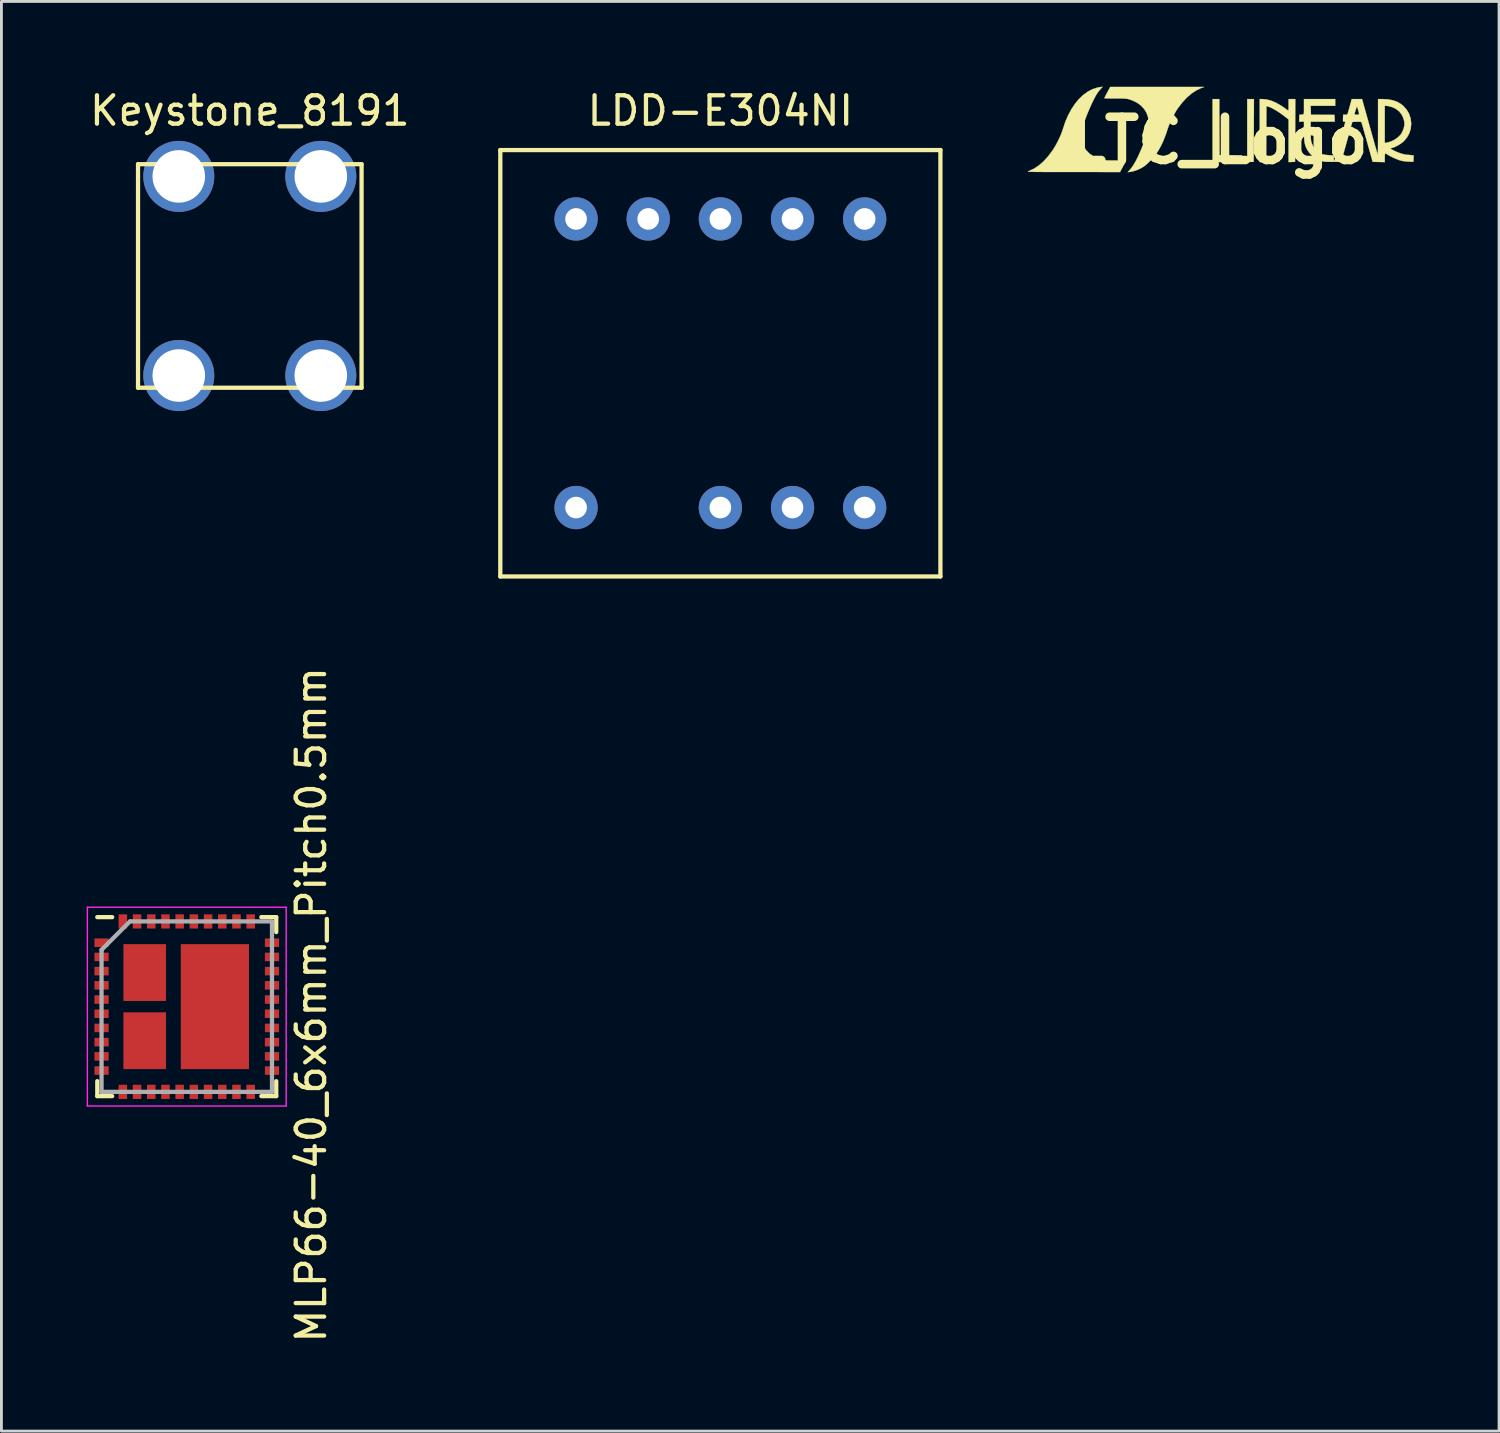
<source format=kicad_pcb>
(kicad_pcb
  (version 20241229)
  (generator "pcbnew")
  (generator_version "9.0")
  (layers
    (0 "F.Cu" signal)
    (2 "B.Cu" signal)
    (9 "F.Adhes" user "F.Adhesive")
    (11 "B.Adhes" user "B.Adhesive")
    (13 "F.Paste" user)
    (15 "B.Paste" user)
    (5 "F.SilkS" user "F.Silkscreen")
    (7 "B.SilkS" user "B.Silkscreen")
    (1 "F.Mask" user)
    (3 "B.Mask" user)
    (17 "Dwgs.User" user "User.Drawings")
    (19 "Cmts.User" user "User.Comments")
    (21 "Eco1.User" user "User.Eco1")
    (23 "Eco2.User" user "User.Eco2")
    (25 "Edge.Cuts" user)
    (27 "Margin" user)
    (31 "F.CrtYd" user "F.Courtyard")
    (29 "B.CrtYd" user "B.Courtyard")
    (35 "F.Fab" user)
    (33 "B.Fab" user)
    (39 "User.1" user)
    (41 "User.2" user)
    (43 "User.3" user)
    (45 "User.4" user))
  (footprint "MLP66-40_6x6mm_Pitch0.5mm"
    (layer "F.Cu")
    (at 3.525 32.388)
    (property "Reference" "MLP66-40_6x6mm_Pitch0.5mm" (at 4.381 -0.064 90) (layer "F.SilkS") (effects (font (size 1 1) (thickness 0.15))))
    (attr smd)
    (fp_line (start -3.15 -3.15) (end -2.625 -3.15) (stroke (width 0.15) (type solid)) (layer "F.SilkS"))
    (fp_line (start -3.15 3.15) (end -3.15 2.625) (stroke (width 0.15) (type solid)) (layer "F.SilkS"))
    (fp_line (start -3.15 3.15) (end -2.625 3.15) (stroke (width 0.15) (type solid)) (layer "F.SilkS"))
    (fp_line (start 3.15 -3.15) (end 2.625 -3.15) (stroke (width 0.15) (type solid)) (layer "F.SilkS"))
    (fp_line (start 3.15 -3.15) (end 3.15 -2.625) (stroke (width 0.15) (type solid)) (layer "F.SilkS"))
    (fp_line (start 3.15 3.15) (end 2.625 3.15) (stroke (width 0.15) (type solid)) (layer "F.SilkS"))
    (fp_line (start 3.15 3.15) (end 3.15 2.625) (stroke (width 0.15) (type solid)) (layer "F.SilkS"))
    (fp_line (start -3.5 -3.5) (end -3.5 3.5) (stroke (width 0.05) (type solid)) (layer "F.CrtYd"))
    (fp_line (start -3.5 -3.5) (end 3.5 -3.5) (stroke (width 0.05) (type solid)) (layer "F.CrtYd"))
    (fp_line (start -3.5 3.5) (end 3.5 3.5) (stroke (width 0.05) (type solid)) (layer "F.CrtYd"))
    (fp_line (start 3.5 -3.5) (end 3.5 3.5) (stroke (width 0.05) (type solid)) (layer "F.CrtYd"))
    (fp_line (start -3 -2) (end -2 -3) (stroke (width 0.15) (type solid)) (layer "F.Fab"))
    (fp_line (start -3 3) (end -3 -2) (stroke (width 0.15) (type solid)) (layer "F.Fab"))
    (fp_line (start -2 -3) (end 3 -3) (stroke (width 0.15) (type solid)) (layer "F.Fab"))
    (fp_line (start 3 -3) (end 3 3) (stroke (width 0.15) (type solid)) (layer "F.Fab"))
    (fp_line (start 3 3) (end -3 3) (stroke (width 0.15) (type solid)) (layer "F.Fab"))
    (pad "1" smd rect (at -3 -2.25) (size 0.5 0.3) (layers "F.Cu" "F.Mask" "F.Paste"))
    (pad "2" smd rect (at -3 -1.75) (size 0.5 0.3) (layers "F.Cu" "F.Mask" "F.Paste"))
    (pad "3" smd rect (at -3 -1.25) (size 0.5 0.3) (layers "F.Cu" "F.Mask" "F.Paste"))
    (pad "4" smd rect (at -3 -0.75) (size 0.5 0.3) (layers "F.Cu" "F.Mask" "F.Paste"))
    (pad "5" smd rect (at -3 -0.25) (size 0.5 0.3) (layers "F.Cu" "F.Mask" "F.Paste"))
    (pad "6" smd rect (at -3 0.25) (size 0.5 0.3) (layers "F.Cu" "F.Mask" "F.Paste"))
    (pad "7" smd rect (at -3 0.75) (size 0.5 0.3) (layers "F.Cu" "F.Mask" "F.Paste"))
    (pad "8" smd rect (at -3 1.25) (size 0.5 0.3) (layers "F.Cu" "F.Mask" "F.Paste"))
    (pad "9" smd rect (at -3 1.75) (size 0.5 0.3) (layers "F.Cu" "F.Mask" "F.Paste"))
    (pad "10" smd rect (at -3 2.25) (size 0.5 0.3) (layers "F.Cu" "F.Mask" "F.Paste"))
    (pad "11" smd rect (at -2.25 3 90) (size 0.5 0.3) (layers "F.Cu" "F.Mask" "F.Paste"))
    (pad "12" smd rect (at -1.75 3 90) (size 0.5 0.3) (layers "F.Cu" "F.Mask" "F.Paste"))
    (pad "13" smd rect (at -1.25 3 90) (size 0.5 0.3) (layers "F.Cu" "F.Mask" "F.Paste"))
    (pad "14" smd rect (at -0.75 3 90) (size 0.5 0.3) (layers "F.Cu" "F.Mask" "F.Paste"))
    (pad "15" smd rect (at -0.25 3 90) (size 0.5 0.3) (layers "F.Cu" "F.Mask" "F.Paste"))
    (pad "16" smd rect (at 0.25 3 90) (size 0.5 0.3) (layers "F.Cu" "F.Mask" "F.Paste"))
    (pad "17" smd rect (at 0.75 3 90) (size 0.5 0.3) (layers "F.Cu" "F.Mask" "F.Paste"))
    (pad "18" smd rect (at 1.25 3 90) (size 0.5 0.3) (layers "F.Cu" "F.Mask" "F.Paste"))
    (pad "19" smd rect (at 1.75 3 90) (size 0.5 0.3) (layers "F.Cu" "F.Mask" "F.Paste"))
    (pad "20" smd rect (at 2.25 3 90) (size 0.5 0.3) (layers "F.Cu" "F.Mask" "F.Paste"))
    (pad "21" smd rect (at 3 2.25) (size 0.5 0.3) (layers "F.Cu" "F.Mask" "F.Paste"))
    (pad "22" smd rect (at 3 1.75) (size 0.5 0.3) (layers "F.Cu" "F.Mask" "F.Paste"))
    (pad "23" smd rect (at 3 1.25) (size 0.5 0.3) (layers "F.Cu" "F.Mask" "F.Paste"))
    (pad "24" smd rect (at 3 0.75) (size 0.5 0.3) (layers "F.Cu" "F.Mask" "F.Paste"))
    (pad "25" smd rect (at 3 0.25) (size 0.5 0.3) (layers "F.Cu" "F.Mask" "F.Paste"))
    (pad "26" smd rect (at 3 -0.25) (size 0.5 0.3) (layers "F.Cu" "F.Mask" "F.Paste"))
    (pad "27" smd rect (at 3 -0.75) (size 0.5 0.3) (layers "F.Cu" "F.Mask" "F.Paste"))
    (pad "28" smd rect (at 3 -1.25) (size 0.5 0.3) (layers "F.Cu" "F.Mask" "F.Paste"))
    (pad "29" smd rect (at 3 -1.75) (size 0.5 0.3) (layers "F.Cu" "F.Mask" "F.Paste"))
    (pad "30" smd rect (at 3 -2.25) (size 0.5 0.3) (layers "F.Cu" "F.Mask" "F.Paste"))
    (pad "31" smd rect (at 2.25 -3 90) (size 0.5 0.3) (layers "F.Cu" "F.Mask" "F.Paste"))
    (pad "32" smd rect (at 1.75 -3 90) (size 0.5 0.3) (layers "F.Cu" "F.Mask" "F.Paste"))
    (pad "33" smd rect (at 1.25 -3 90) (size 0.5 0.3) (layers "F.Cu" "F.Mask" "F.Paste"))
    (pad "34" smd rect (at 0.75 -3 90) (size 0.5 0.3) (layers "F.Cu" "F.Mask" "F.Paste"))
    (pad "35" smd rect (at 0.25 -3 90) (size 0.5 0.3) (layers "F.Cu" "F.Mask" "F.Paste"))
    (pad "36" smd rect (at -0.25 -3 90) (size 0.5 0.3) (layers "F.Cu" "F.Mask" "F.Paste"))
    (pad "37" smd rect (at -0.75 -3 90) (size 0.5 0.3) (layers "F.Cu" "F.Mask" "F.Paste"))
    (pad "38" smd rect (at -1.25 -3 90) (size 0.5 0.3) (layers "F.Cu" "F.Mask" "F.Paste"))
    (pad "39" smd rect (at -1.75 -3 90) (size 0.5 0.3) (layers "F.Cu" "F.Mask" "F.Paste"))
    (pad "40" smd rect (at -2.25 -3 90) (size 0.5 0.3) (layers "F.Cu" "F.Mask" "F.Paste"))
    (pad "P1" smd rect (at -1.48 -1.2 180) (size 1.5 2) (layers "F.Cu" "F.Mask" "F.Paste"))
    (pad "P2" smd rect (at -1.48 1.2 180) (size 1.5 2) (layers "F.Cu" "F.Mask" "F.Paste"))
    (pad "P3" smd rect (at 0.99 0) (size 2.4 4.4) (layers "F.Cu" "F.Mask" "F.Paste")))
  (footprint "LDD-E304NI"
    (layer "F.Cu")
    (at 22.31 9.738)
    (property "Reference" "LDD-E304NI" (at 0 -8.89 0) (layer "F.SilkS") (effects (font (size 1 1) (thickness 0.15))))
    (attr through_hole)
    (fp_line (start -7.747 -7.506) (end 7.747 -7.506) (stroke (width 0.15) (type solid)) (layer "F.SilkS"))
    (fp_line (start -7.747 7.506) (end -7.747 -7.506) (stroke (width 0.15) (type solid)) (layer "F.SilkS"))
    (fp_line (start 7.747 -7.506) (end 7.747 7.506) (stroke (width 0.15) (type solid)) (layer "F.SilkS"))
    (fp_line (start 7.747 7.506) (end -7.747 7.506) (stroke (width 0.15) (type solid)) (layer "F.SilkS"))
    (pad "1" thru_hole circle (at -5.08 5.08) (size 1.524 1.524) (drill 0.762) (layers "*.Cu" "*.Mask"))
    (pad "3" thru_hole circle (at 0 5.08) (size 1.524 1.524) (drill 0.762) (layers "*.Cu" "*.Mask"))
    (pad "4" thru_hole circle (at 2.54 5.08) (size 1.524 1.524) (drill 0.762) (layers "*.Cu" "*.Mask"))
    (pad "5" thru_hole circle (at 5.08 5.08) (size 1.524 1.524) (drill 0.762) (layers "*.Cu" "*.Mask"))
    (pad "6" thru_hole circle (at 5.08 -5.08) (size 1.524 1.524) (drill 0.762) (layers "*.Cu" "*.Mask"))
    (pad "7" thru_hole circle (at 2.54 -5.08) (size 1.524 1.524) (drill 0.762) (layers "*.Cu" "*.Mask"))
    (pad "8" thru_hole circle (at 0 -5.08) (size 1.524 1.524) (drill 0.762) (layers "*.Cu" "*.Mask"))
    (pad "9" thru_hole circle (at -2.54 -5.08) (size 1.524 1.524) (drill 0.762) (layers "*.Cu" "*.Mask"))
    (pad "10" thru_hole circle (at -5.08 -5.08) (size 1.524 1.524) (drill 0.762) (layers "*.Cu" "*.Mask")))
  (footprint "Keystone_8191"
    (layer "F.Cu")
    (at 5.744 6.665)
    (property "Reference" "Keystone_8191" (at 0 -5.817 0) (layer "F.SilkS") (effects (font (size 1 1) (thickness 0.15))))
    (attr through_hole)
    (fp_line (start -3.935 -3.935) (end 3.935 -3.935) (stroke (width 0.15) (type solid)) (layer "F.SilkS"))
    (fp_line (start -3.935 3.935) (end -3.935 -3.935) (stroke (width 0.15) (type solid)) (layer "F.SilkS"))
    (fp_line (start 3.935 -3.935) (end 3.935 3.935) (stroke (width 0.15) (type solid)) (layer "F.SilkS"))
    (fp_line (start 3.935 3.935) (end -3.935 3.935) (stroke (width 0.15) (type solid)) (layer "F.SilkS"))
    (pad "1" thru_hole circle (at -2.5 -3.505) (size 2.5 2.5) (drill 1.85) (layers "*.Cu" "*.Mask"))
    (pad "1" thru_hole circle (at -2.5 3.505) (size 2.5 2.5) (drill 1.85) (layers "*.Cu" "*.Mask"))
    (pad "1" thru_hole circle (at 2.5 -3.505) (size 2.5 2.5) (drill 1.85) (layers "*.Cu" "*.Mask"))
    (pad "1" thru_hole circle (at 2.5 3.505) (size 2.5 2.5) (drill 1.85) (layers "*.Cu" "*.Mask")))
  (footprint "LTC_Logo"
    (layer "F.Cu")
    (at 39.858 1.449)
    (property "Reference" "LTC_Logo" (at 0 0.445 0) (layer "F.SilkS") (effects (font (size 1.524 1.524) (thickness 0.3))))
    (attr through_hole)
    (fp_poly (pts (xy 1.232 0.093) (xy 1.228 1.198) (xy 0.999 1.208) (xy 0.999 -1.012) (xy 1.236 -1.012) (xy 1.232 0.093)) (stroke (width 0.01) (type solid)) (fill yes) (layer "F.SilkS"))
    (fp_poly (pts (xy 0.021 -0.025) (xy 0.025 0.961) (xy 0.419 0.966) (xy 0.813 0.97) (xy 0.813 1.206) (xy -0.22 1.206) (xy -0.22 -1.012) (xy 0.017 -1.012) (xy 0.021 -0.025)) (stroke (width 0.01) (type solid)) (fill yes) (layer "F.SilkS"))
    (fp_poly (pts (xy 1.692 -0.996) (xy 1.857 -0.95) (xy 2.031 -0.873) (xy 2.211 -0.768) (xy 2.3 -0.707) (xy 2.359 -0.665) (xy 2.408 -0.631) (xy 2.439 -0.61) (xy 2.448 -0.605) (xy 2.451 -0.621) (xy 2.453 -0.664) (xy 2.455 -0.728) (xy 2.455 -0.806) (xy 2.455 -0.809) (xy 2.455 -1.012) (xy 2.693 -1.012) (xy 2.688 0.093) (xy 2.684 1.198) (xy 2.455 1.208) (xy 2.455 -0.292) (xy 2.354 -0.373) (xy 2.227 -0.47) (xy 2.1 -0.557) (xy 1.979 -0.632) (xy 1.868 -0.693) (xy 1.774 -0.734) (xy 1.723 -0.75) (xy 1.677 -0.761) (xy 1.672 0.218) (xy 1.668 1.198) (xy 1.439 1.208) (xy 1.439 -1.012) (xy 1.538 -1.012) (xy 1.692 -0.996)) (stroke (width 0.01) (type solid)) (fill yes) (layer "F.SilkS"))
    (fp_poly (pts (xy -0.516 -1.438) (xy -0.621 -1.399) (xy -0.79 -1.319) (xy -0.958 -1.209) (xy -1.121 -1.069) (xy -1.278 -0.902) (xy -1.426 -0.71) (xy -1.499 -0.601) (xy -1.57 -0.479) (xy -1.642 -0.341) (xy -1.709 -0.198) (xy -1.765 -0.063) (xy -1.796 0.026) (xy -1.873 0.256) (xy -1.953 0.459) (xy -2.038 0.64) (xy -2.13 0.804) (xy -2.188 0.895) (xy -2.253 0.983) (xy -2.335 1.079) (xy -2.425 1.174) (xy -2.517 1.262) (xy -2.603 1.336) (xy -2.663 1.378) (xy -2.771 1.439) (xy -2.89 1.491) (xy -3.007 1.53) (xy -3.107 1.55) (xy -3.208 1.563) (xy -3.13 1.477) (xy -3.062 1.393) (xy -2.995 1.293) (xy -2.926 1.173) (xy -2.854 1.03) (xy -2.776 0.859) (xy -2.737 0.769) (xy -2.649 0.553) (xy -2.579 0.361) (xy -2.528 0.191) (xy -2.493 0.039) (xy -2.474 -0.097) (xy -2.472 -0.22) (xy -2.485 -0.335) (xy -2.498 -0.398) (xy -2.553 -0.542) (xy -2.638 -0.674) (xy -2.749 -0.789) (xy -2.885 -0.887) (xy -3.044 -0.964) (xy -3.121 -0.991) (xy -3.165 -1.005) (xy -3.206 -1.015) (xy -3.249 -1.022) (xy -3.298 -1.027) (xy -3.361 -1.031) (xy -3.443 -1.032) (xy -3.548 -1.033) (xy -3.642 -1.033) (xy -3.752 -1.033) (xy -3.851 -1.034) (xy -3.932 -1.036) (xy -3.992 -1.038) (xy -4.025 -1.041) (xy -4.03 -1.043) (xy -4.023 -1.06) (xy -4.002 -1.102) (xy -3.971 -1.162) (xy -3.934 -1.234) (xy -3.927 -1.246) (xy -3.824 -1.439) (xy -0.516 -1.438)) (stroke (width 0.01) (type solid)) (fill yes) (layer "F.SilkS"))
    (fp_poly (pts (xy -4.166 -1.361) (xy -4.217 -1.301) (xy -4.271 -1.228) (xy -4.307 -1.173) (xy -4.369 -1.063) (xy -4.437 -0.927) (xy -4.508 -0.776) (xy -4.578 -0.615) (xy -4.645 -0.453) (xy -4.704 -0.299) (xy -4.752 -0.158) (xy -4.784 -0.05) (xy -4.822 0.146) (xy -4.831 0.327) (xy -4.809 0.493) (xy -4.758 0.644) (xy -4.678 0.778) (xy -4.569 0.895) (xy -4.432 0.994) (xy -4.344 1.041) (xy -4.268 1.075) (xy -4.194 1.105) (xy -4.133 1.127) (xy -4.112 1.133) (xy -4.069 1.139) (xy -3.998 1.144) (xy -3.904 1.148) (xy -3.792 1.15) (xy -3.669 1.151) (xy -3.65 1.151) (xy -3.54 1.152) (xy -3.443 1.153) (xy -3.363 1.155) (xy -3.304 1.157) (xy -3.273 1.159) (xy -3.268 1.161) (xy -3.276 1.178) (xy -3.297 1.219) (xy -3.328 1.279) (xy -3.367 1.35) (xy -3.374 1.364) (xy -3.48 1.558) (xy -5.131 1.556) (xy -5.404 1.556) (xy -5.645 1.556) (xy -5.855 1.556) (xy -6.038 1.555) (xy -6.194 1.555) (xy -6.326 1.554) (xy -6.435 1.553) (xy -6.523 1.552) (xy -6.592 1.55) (xy -6.644 1.549) (xy -6.682 1.546) (xy -6.706 1.544) (xy -6.718 1.541) (xy -6.721 1.537) (xy -6.716 1.533) (xy -6.706 1.528) (xy -6.696 1.525) (xy -6.515 1.443) (xy -6.339 1.328) (xy -6.17 1.18) (xy -6.006 1) (xy -5.849 0.789) (xy -5.826 0.754) (xy -5.757 0.64) (xy -5.686 0.511) (xy -5.62 0.375) (xy -5.561 0.243) (xy -5.515 0.123) (xy -5.494 0.059) (xy -5.409 -0.198) (xy -5.308 -0.435) (xy -5.192 -0.652) (xy -5.063 -0.846) (xy -4.921 -1.016) (xy -4.77 -1.16) (xy -4.609 -1.276) (xy -4.441 -1.362) (xy -4.267 -1.417) (xy -4.182 -1.432) (xy -4.089 -1.444) (xy -4.166 -1.361)) (stroke (width 0.01) (type solid)) (fill yes) (layer "F.SilkS"))
    (fp_poly (pts (xy 4.098 -0.775) (xy 3.233 -0.775) (xy 3.238 -0.618) (xy 3.243 -0.461) (xy 3.658 -0.458) (xy 4.072 -0.455) (xy 4.077 -0.335) (xy 4.082 -0.216) (xy 3.234 -0.216) (xy 3.234 0.104) (xy 3.235 0.223) (xy 3.237 0.314) (xy 3.24 0.384) (xy 3.246 0.439) (xy 3.255 0.486) (xy 3.267 0.531) (xy 3.268 0.533) (xy 3.325 0.662) (xy 3.409 0.774) (xy 3.515 0.864) (xy 3.64 0.927) (xy 3.645 0.929) (xy 3.694 0.942) (xy 3.765 0.953) (xy 3.846 0.962) (xy 3.882 0.965) (xy 4.047 0.974) (xy 4.047 1.077) (xy 4.049 1.132) (xy 4.055 1.161) (xy 4.062 1.163) (xy 4.071 1.143) (xy 4.087 1.095) (xy 4.109 1.023) (xy 4.136 0.932) (xy 4.167 0.826) (xy 4.197 0.715) (xy 4.234 0.583) (xy 4.272 0.445) (xy 4.309 0.311) (xy 4.343 0.189) (xy 4.372 0.086) (xy 4.385 0.038) (xy 4.409 -0.047) (xy 4.429 -0.121) (xy 4.444 -0.176) (xy 4.452 -0.207) (xy 4.453 -0.211) (xy 4.439 -0.215) (xy 4.41 -0.216) (xy 4.388 -0.217) (xy 4.376 -0.226) (xy 4.371 -0.25) (xy 4.371 -0.296) (xy 4.372 -0.339) (xy 4.377 -0.461) (xy 4.449 -0.462) (xy 4.494 -0.465) (xy 4.523 -0.469) (xy 4.527 -0.471) (xy 4.528 -0.475) (xy 4.775 -0.475) (xy 4.789 -0.467) (xy 4.825 -0.462) (xy 4.869 -0.461) (xy 4.91 -0.465) (xy 4.936 -0.473) (xy 4.937 -0.474) (xy 4.937 -0.493) (xy 4.928 -0.534) (xy 4.915 -0.589) (xy 4.899 -0.648) (xy 4.882 -0.701) (xy 4.868 -0.739) (xy 4.864 -0.748) (xy 4.857 -0.738) (xy 4.843 -0.704) (xy 4.826 -0.654) (xy 4.808 -0.598) (xy 4.791 -0.543) (xy 4.78 -0.498) (xy 4.775 -0.475) (xy 4.528 -0.475) (xy 4.533 -0.489) (xy 4.546 -0.534) (xy 4.566 -0.601) (xy 4.589 -0.683) (xy 4.606 -0.745) (xy 4.679 -1.012) (xy 5.042 -1.012) (xy 5.105 -0.787) (xy 5.123 -0.723) (xy 5.149 -0.631) (xy 5.181 -0.516) (xy 5.218 -0.382) (xy 5.26 -0.233) (xy 5.304 -0.076) (xy 5.349 0.087) (xy 5.378 0.189) (xy 5.421 0.343) (xy 5.461 0.486) (xy 5.498 0.616) (xy 5.531 0.729) (xy 5.558 0.822) (xy 5.578 0.892) (xy 5.592 0.936) (xy 5.597 0.95) (xy 5.598 0.935) (xy 5.599 0.889) (xy 5.601 0.815) (xy 5.602 0.716) (xy 5.603 0.595) (xy 5.603 0.533) (xy 5.842 0.533) (xy 5.91 0.523) (xy 5.965 0.51) (xy 6.032 0.49) (xy 6.07 0.477) (xy 6.163 0.433) (xy 6.257 0.372) (xy 6.342 0.302) (xy 6.407 0.231) (xy 6.415 0.22) (xy 6.461 0.138) (xy 6.5 0.042) (xy 6.526 -0.053) (xy 6.536 -0.136) (xy 6.524 -0.24) (xy 6.491 -0.351) (xy 6.442 -0.456) (xy 6.43 -0.476) (xy 6.345 -0.579) (xy 6.236 -0.664) (xy 6.108 -0.727) (xy 5.967 -0.764) (xy 5.935 -0.768) (xy 5.842 -0.779) (xy 5.842 0.533) (xy 5.603 0.533) (xy 5.604 0.455) (xy 5.604 0.299) (xy 5.605 0.129) (xy 5.605 -0.027) (xy 5.605 -1.012) (xy 5.764 -1.012) (xy 5.965 -1) (xy 6.143 -0.964) (xy 6.299 -0.905) (xy 6.436 -0.82) (xy 6.498 -0.767) (xy 6.612 -0.639) (xy 6.696 -0.496) (xy 6.749 -0.339) (xy 6.772 -0.168) (xy 6.772 -0.139) (xy 6.757 0.027) (xy 6.71 0.184) (xy 6.633 0.329) (xy 6.527 0.458) (xy 6.497 0.488) (xy 6.424 0.545) (xy 6.338 0.602) (xy 6.246 0.652) (xy 6.161 0.69) (xy 6.1 0.709) (xy 6.063 0.719) (xy 6.045 0.731) (xy 6.045 0.732) (xy 6.059 0.744) (xy 6.097 0.767) (xy 6.153 0.797) (xy 6.189 0.815) (xy 6.286 0.858) (xy 6.39 0.896) (xy 6.492 0.927) (xy 6.583 0.946) (xy 6.647 0.953) (xy 6.698 0.955) (xy 6.761 0.961) (xy 6.78 0.963) (xy 6.859 0.974) (xy 6.854 1.086) (xy 6.85 1.198) (xy 6.689 1.192) (xy 6.6 1.186) (xy 6.506 1.174) (xy 6.425 1.159) (xy 6.408 1.155) (xy 6.335 1.132) (xy 6.244 1.096) (xy 6.146 1.053) (xy 6.051 1.007) (xy 5.97 0.963) (xy 5.924 0.933) (xy 5.888 0.91) (xy 5.864 0.905) (xy 5.85 0.921) (xy 5.844 0.962) (xy 5.842 1.033) (xy 5.842 1.055) (xy 5.842 1.208) (xy 5.415 1.198) (xy 5.225 0.519) (xy 5.184 0.373) (xy 5.145 0.236) (xy 5.11 0.112) (xy 5.08 0.004) (xy 5.055 -0.083) (xy 5.037 -0.146) (xy 5.026 -0.182) (xy 5.024 -0.188) (xy 5.014 -0.202) (xy 4.993 -0.21) (xy 4.955 -0.214) (xy 4.892 -0.213) (xy 4.857 -0.212) (xy 4.701 -0.207) (xy 4.672 -0.106) (xy 4.658 -0.058) (xy 4.637 0.015) (xy 4.612 0.108) (xy 4.582 0.212) (xy 4.552 0.323) (xy 4.546 0.343) (xy 4.511 0.468) (xy 4.474 0.602) (xy 4.437 0.734) (xy 4.403 0.855) (xy 4.378 0.944) (xy 4.306 1.198) (xy 4.045 1.2) (xy 3.946 1.2) (xy 3.851 1.198) (xy 3.768 1.195) (xy 3.707 1.19) (xy 3.691 1.187) (xy 3.552 1.148) (xy 3.416 1.081) (xy 3.291 0.99) (xy 3.185 0.881) (xy 3.104 0.76) (xy 3.101 0.753) (xy 3.067 0.681) (xy 3.041 0.61) (xy 3.023 0.536) (xy 3.01 0.45) (xy 3.002 0.349) (xy 2.998 0.224) (xy 2.997 0.11) (xy 2.997 -0.216) (xy 2.826 -0.216) (xy 2.831 -0.339) (xy 2.836 -0.461) (xy 2.887 -0.464) (xy 2.928 -0.465) (xy 2.958 -0.468) (xy 2.977 -0.477) (xy 2.989 -0.498) (xy 2.995 -0.535) (xy 2.997 -0.593) (xy 2.997 -0.677) (xy 2.997 -0.741) (xy 2.997 -1.012) (xy 4.098 -1.012) (xy 4.098 -0.775)) (stroke (width 0.01) (type solid)) (fill yes) (layer "F.SilkS")))
  (gr_rect
    (start -3 -3)
    (end 49.723 47.331)
    (stroke (width 0.1) (type default))
    (fill no)
    (layer "Edge.Cuts")))
</source>
